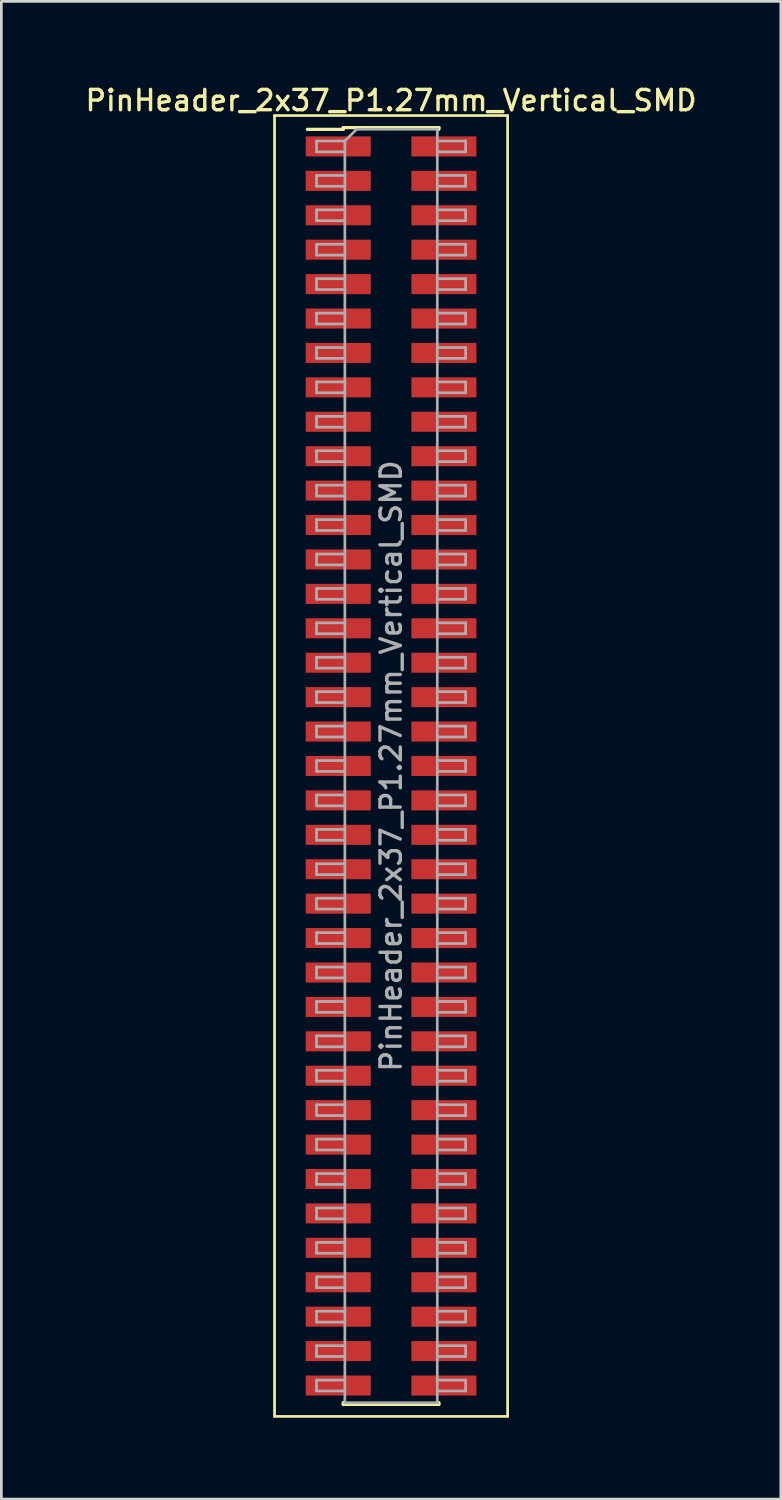
<source format=kicad_pcb>
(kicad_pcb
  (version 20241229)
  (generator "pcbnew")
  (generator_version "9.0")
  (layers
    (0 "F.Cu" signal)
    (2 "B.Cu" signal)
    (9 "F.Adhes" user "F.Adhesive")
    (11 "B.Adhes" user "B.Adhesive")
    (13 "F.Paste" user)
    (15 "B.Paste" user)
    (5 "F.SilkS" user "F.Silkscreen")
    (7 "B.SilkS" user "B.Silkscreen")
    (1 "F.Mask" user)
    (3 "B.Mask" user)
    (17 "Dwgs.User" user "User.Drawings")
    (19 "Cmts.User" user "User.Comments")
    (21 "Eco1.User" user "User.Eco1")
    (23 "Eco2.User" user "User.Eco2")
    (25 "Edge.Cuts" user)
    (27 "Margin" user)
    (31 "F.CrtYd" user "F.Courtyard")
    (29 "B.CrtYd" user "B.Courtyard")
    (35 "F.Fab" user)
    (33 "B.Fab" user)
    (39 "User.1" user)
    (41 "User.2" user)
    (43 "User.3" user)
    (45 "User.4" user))
  (footprint "PinHeader_2x37_P1.27mm_Vertical_SMD"
    (layer "F.Cu")
    (at 11.38 25.213)
    (property "Reference" "PinHeader_2x37_P1.27mm_Vertical_SMD" (at 0 -24.555 0) (layer "F.SilkS") (effects (font (size 0.75 0.75) (thickness 0.125))))
    (attr smd)
    (fp_line (start -4.3 -24) (end -4.3 24) (stroke (width 0.1) (type solid)) (layer "F.SilkS"))
    (fp_line (start -4.3 24) (end 4.3 24) (stroke (width 0.1) (type solid)) (layer "F.SilkS"))
    (fp_line (start -3.09 -23.49) (end -1.765 -23.49) (stroke (width 0.12) (type solid)) (layer "F.SilkS"))
    (fp_line (start -1.765 -23.555) (end -1.765 -23.49) (stroke (width 0.12) (type solid)) (layer "F.SilkS"))
    (fp_line (start -1.765 -23.555) (end 1.765 -23.555) (stroke (width 0.12) (type solid)) (layer "F.SilkS"))
    (fp_line (start -1.765 23.49) (end -1.765 23.555) (stroke (width 0.12) (type solid)) (layer "F.SilkS"))
    (fp_line (start -1.765 23.555) (end 1.765 23.555) (stroke (width 0.12) (type solid)) (layer "F.SilkS"))
    (fp_line (start 1.765 -23.555) (end 1.765 -23.49) (stroke (width 0.12) (type solid)) (layer "F.SilkS"))
    (fp_line (start 1.765 23.49) (end 1.765 23.555) (stroke (width 0.12) (type solid)) (layer "F.SilkS"))
    (fp_line (start 4.3 -24) (end -4.3 -24) (stroke (width 0.1) (type solid)) (layer "F.SilkS"))
    (fp_line (start 4.3 24) (end 4.3 -24) (stroke (width 0.1) (type solid)) (layer "F.SilkS"))
    (fp_line (start -2.75 -23.06) (end -2.75 -22.66) (stroke (width 0.1) (type solid)) (layer "F.Fab"))
    (fp_line (start -2.75 -22.66) (end -1.705 -22.66) (stroke (width 0.1) (type solid)) (layer "F.Fab"))
    (fp_line (start -2.75 -21.79) (end -2.75 -21.39) (stroke (width 0.1) (type solid)) (layer "F.Fab"))
    (fp_line (start -2.75 -21.39) (end -1.705 -21.39) (stroke (width 0.1) (type solid)) (layer "F.Fab"))
    (fp_line (start -2.75 -20.52) (end -2.75 -20.12) (stroke (width 0.1) (type solid)) (layer "F.Fab"))
    (fp_line (start -2.75 -20.12) (end -1.705 -20.12) (stroke (width 0.1) (type solid)) (layer "F.Fab"))
    (fp_line (start -2.75 -19.25) (end -2.75 -18.85) (stroke (width 0.1) (type solid)) (layer "F.Fab"))
    (fp_line (start -2.75 -18.85) (end -1.705 -18.85) (stroke (width 0.1) (type solid)) (layer "F.Fab"))
    (fp_line (start -2.75 -17.98) (end -2.75 -17.58) (stroke (width 0.1) (type solid)) (layer "F.Fab"))
    (fp_line (start -2.75 -17.58) (end -1.705 -17.58) (stroke (width 0.1) (type solid)) (layer "F.Fab"))
    (fp_line (start -2.75 -16.71) (end -2.75 -16.31) (stroke (width 0.1) (type solid)) (layer "F.Fab"))
    (fp_line (start -2.75 -16.31) (end -1.705 -16.31) (stroke (width 0.1) (type solid)) (layer "F.Fab"))
    (fp_line (start -2.75 -15.44) (end -2.75 -15.04) (stroke (width 0.1) (type solid)) (layer "F.Fab"))
    (fp_line (start -2.75 -15.04) (end -1.705 -15.04) (stroke (width 0.1) (type solid)) (layer "F.Fab"))
    (fp_line (start -2.75 -14.17) (end -2.75 -13.77) (stroke (width 0.1) (type solid)) (layer "F.Fab"))
    (fp_line (start -2.75 -13.77) (end -1.705 -13.77) (stroke (width 0.1) (type solid)) (layer "F.Fab"))
    (fp_line (start -2.75 -12.9) (end -2.75 -12.5) (stroke (width 0.1) (type solid)) (layer "F.Fab"))
    (fp_line (start -2.75 -12.5) (end -1.705 -12.5) (stroke (width 0.1) (type solid)) (layer "F.Fab"))
    (fp_line (start -2.75 -11.63) (end -2.75 -11.23) (stroke (width 0.1) (type solid)) (layer "F.Fab"))
    (fp_line (start -2.75 -11.23) (end -1.705 -11.23) (stroke (width 0.1) (type solid)) (layer "F.Fab"))
    (fp_line (start -2.75 -10.36) (end -2.75 -9.96) (stroke (width 0.1) (type solid)) (layer "F.Fab"))
    (fp_line (start -2.75 -9.96) (end -1.705 -9.96) (stroke (width 0.1) (type solid)) (layer "F.Fab"))
    (fp_line (start -2.75 -9.09) (end -2.75 -8.69) (stroke (width 0.1) (type solid)) (layer "F.Fab"))
    (fp_line (start -2.75 -8.69) (end -1.705 -8.69) (stroke (width 0.1) (type solid)) (layer "F.Fab"))
    (fp_line (start -2.75 -7.82) (end -2.75 -7.42) (stroke (width 0.1) (type solid)) (layer "F.Fab"))
    (fp_line (start -2.75 -7.42) (end -1.705 -7.42) (stroke (width 0.1) (type solid)) (layer "F.Fab"))
    (fp_line (start -2.75 -6.55) (end -2.75 -6.15) (stroke (width 0.1) (type solid)) (layer "F.Fab"))
    (fp_line (start -2.75 -6.15) (end -1.705 -6.15) (stroke (width 0.1) (type solid)) (layer "F.Fab"))
    (fp_line (start -2.75 -5.28) (end -2.75 -4.88) (stroke (width 0.1) (type solid)) (layer "F.Fab"))
    (fp_line (start -2.75 -4.88) (end -1.705 -4.88) (stroke (width 0.1) (type solid)) (layer "F.Fab"))
    (fp_line (start -2.75 -4.01) (end -2.75 -3.61) (stroke (width 0.1) (type solid)) (layer "F.Fab"))
    (fp_line (start -2.75 -3.61) (end -1.705 -3.61) (stroke (width 0.1) (type solid)) (layer "F.Fab"))
    (fp_line (start -2.75 -2.74) (end -2.75 -2.34) (stroke (width 0.1) (type solid)) (layer "F.Fab"))
    (fp_line (start -2.75 -2.34) (end -1.705 -2.34) (stroke (width 0.1) (type solid)) (layer "F.Fab"))
    (fp_line (start -2.75 -1.47) (end -2.75 -1.07) (stroke (width 0.1) (type solid)) (layer "F.Fab"))
    (fp_line (start -2.75 -1.07) (end -1.705 -1.07) (stroke (width 0.1) (type solid)) (layer "F.Fab"))
    (fp_line (start -2.75 -0.2) (end -2.75 0.2) (stroke (width 0.1) (type solid)) (layer "F.Fab"))
    (fp_line (start -2.75 0.2) (end -1.705 0.2) (stroke (width 0.1) (type solid)) (layer "F.Fab"))
    (fp_line (start -2.75 1.07) (end -2.75 1.47) (stroke (width 0.1) (type solid)) (layer "F.Fab"))
    (fp_line (start -2.75 1.47) (end -1.705 1.47) (stroke (width 0.1) (type solid)) (layer "F.Fab"))
    (fp_line (start -2.75 2.34) (end -2.75 2.74) (stroke (width 0.1) (type solid)) (layer "F.Fab"))
    (fp_line (start -2.75 2.74) (end -1.705 2.74) (stroke (width 0.1) (type solid)) (layer "F.Fab"))
    (fp_line (start -2.75 3.61) (end -2.75 4.01) (stroke (width 0.1) (type solid)) (layer "F.Fab"))
    (fp_line (start -2.75 4.01) (end -1.705 4.01) (stroke (width 0.1) (type solid)) (layer "F.Fab"))
    (fp_line (start -2.75 4.88) (end -2.75 5.28) (stroke (width 0.1) (type solid)) (layer "F.Fab"))
    (fp_line (start -2.75 5.28) (end -1.705 5.28) (stroke (width 0.1) (type solid)) (layer "F.Fab"))
    (fp_line (start -2.75 6.15) (end -2.75 6.55) (stroke (width 0.1) (type solid)) (layer "F.Fab"))
    (fp_line (start -2.75 6.55) (end -1.705 6.55) (stroke (width 0.1) (type solid)) (layer "F.Fab"))
    (fp_line (start -2.75 7.42) (end -2.75 7.82) (stroke (width 0.1) (type solid)) (layer "F.Fab"))
    (fp_line (start -2.75 7.82) (end -1.705 7.82) (stroke (width 0.1) (type solid)) (layer "F.Fab"))
    (fp_line (start -2.75 8.69) (end -2.75 9.09) (stroke (width 0.1) (type solid)) (layer "F.Fab"))
    (fp_line (start -2.75 9.09) (end -1.705 9.09) (stroke (width 0.1) (type solid)) (layer "F.Fab"))
    (fp_line (start -2.75 9.96) (end -2.75 10.36) (stroke (width 0.1) (type solid)) (layer "F.Fab"))
    (fp_line (start -2.75 10.36) (end -1.705 10.36) (stroke (width 0.1) (type solid)) (layer "F.Fab"))
    (fp_line (start -2.75 11.23) (end -2.75 11.63) (stroke (width 0.1) (type solid)) (layer "F.Fab"))
    (fp_line (start -2.75 11.63) (end -1.705 11.63) (stroke (width 0.1) (type solid)) (layer "F.Fab"))
    (fp_line (start -2.75 12.5) (end -2.75 12.9) (stroke (width 0.1) (type solid)) (layer "F.Fab"))
    (fp_line (start -2.75 12.9) (end -1.705 12.9) (stroke (width 0.1) (type solid)) (layer "F.Fab"))
    (fp_line (start -2.75 13.77) (end -2.75 14.17) (stroke (width 0.1) (type solid)) (layer "F.Fab"))
    (fp_line (start -2.75 14.17) (end -1.705 14.17) (stroke (width 0.1) (type solid)) (layer "F.Fab"))
    (fp_line (start -2.75 15.04) (end -2.75 15.44) (stroke (width 0.1) (type solid)) (layer "F.Fab"))
    (fp_line (start -2.75 15.44) (end -1.705 15.44) (stroke (width 0.1) (type solid)) (layer "F.Fab"))
    (fp_line (start -2.75 16.31) (end -2.75 16.71) (stroke (width 0.1) (type solid)) (layer "F.Fab"))
    (fp_line (start -2.75 16.71) (end -1.705 16.71) (stroke (width 0.1) (type solid)) (layer "F.Fab"))
    (fp_line (start -2.75 17.58) (end -2.75 17.98) (stroke (width 0.1) (type solid)) (layer "F.Fab"))
    (fp_line (start -2.75 17.98) (end -1.705 17.98) (stroke (width 0.1) (type solid)) (layer "F.Fab"))
    (fp_line (start -2.75 18.85) (end -2.75 19.25) (stroke (width 0.1) (type solid)) (layer "F.Fab"))
    (fp_line (start -2.75 19.25) (end -1.705 19.25) (stroke (width 0.1) (type solid)) (layer "F.Fab"))
    (fp_line (start -2.75 20.12) (end -2.75 20.52) (stroke (width 0.1) (type solid)) (layer "F.Fab"))
    (fp_line (start -2.75 20.52) (end -1.705 20.52) (stroke (width 0.1) (type solid)) (layer "F.Fab"))
    (fp_line (start -2.75 21.39) (end -2.75 21.79) (stroke (width 0.1) (type solid)) (layer "F.Fab"))
    (fp_line (start -2.75 21.79) (end -1.705 21.79) (stroke (width 0.1) (type solid)) (layer "F.Fab"))
    (fp_line (start -2.75 22.66) (end -2.75 23.06) (stroke (width 0.1) (type solid)) (layer "F.Fab"))
    (fp_line (start -2.75 23.06) (end -1.705 23.06) (stroke (width 0.1) (type solid)) (layer "F.Fab"))
    (fp_line (start -1.705 -23.06) (end -2.75 -23.06) (stroke (width 0.1) (type solid)) (layer "F.Fab"))
    (fp_line (start -1.705 -23.06) (end -1.27 -23.495) (stroke (width 0.1) (type solid)) (layer "F.Fab"))
    (fp_line (start -1.705 -21.79) (end -2.75 -21.79) (stroke (width 0.1) (type solid)) (layer "F.Fab"))
    (fp_line (start -1.705 -20.52) (end -2.75 -20.52) (stroke (width 0.1) (type solid)) (layer "F.Fab"))
    (fp_line (start -1.705 -19.25) (end -2.75 -19.25) (stroke (width 0.1) (type solid)) (layer "F.Fab"))
    (fp_line (start -1.705 -17.98) (end -2.75 -17.98) (stroke (width 0.1) (type solid)) (layer "F.Fab"))
    (fp_line (start -1.705 -16.71) (end -2.75 -16.71) (stroke (width 0.1) (type solid)) (layer "F.Fab"))
    (fp_line (start -1.705 -15.44) (end -2.75 -15.44) (stroke (width 0.1) (type solid)) (layer "F.Fab"))
    (fp_line (start -1.705 -14.17) (end -2.75 -14.17) (stroke (width 0.1) (type solid)) (layer "F.Fab"))
    (fp_line (start -1.705 -12.9) (end -2.75 -12.9) (stroke (width 0.1) (type solid)) (layer "F.Fab"))
    (fp_line (start -1.705 -11.63) (end -2.75 -11.63) (stroke (width 0.1) (type solid)) (layer "F.Fab"))
    (fp_line (start -1.705 -10.36) (end -2.75 -10.36) (stroke (width 0.1) (type solid)) (layer "F.Fab"))
    (fp_line (start -1.705 -9.09) (end -2.75 -9.09) (stroke (width 0.1) (type solid)) (layer "F.Fab"))
    (fp_line (start -1.705 -7.82) (end -2.75 -7.82) (stroke (width 0.1) (type solid)) (layer "F.Fab"))
    (fp_line (start -1.705 -6.55) (end -2.75 -6.55) (stroke (width 0.1) (type solid)) (layer "F.Fab"))
    (fp_line (start -1.705 -5.28) (end -2.75 -5.28) (stroke (width 0.1) (type solid)) (layer "F.Fab"))
    (fp_line (start -1.705 -4.01) (end -2.75 -4.01) (stroke (width 0.1) (type solid)) (layer "F.Fab"))
    (fp_line (start -1.705 -2.74) (end -2.75 -2.74) (stroke (width 0.1) (type solid)) (layer "F.Fab"))
    (fp_line (start -1.705 -1.47) (end -2.75 -1.47) (stroke (width 0.1) (type solid)) (layer "F.Fab"))
    (fp_line (start -1.705 -0.2) (end -2.75 -0.2) (stroke (width 0.1) (type solid)) (layer "F.Fab"))
    (fp_line (start -1.705 1.07) (end -2.75 1.07) (stroke (width 0.1) (type solid)) (layer "F.Fab"))
    (fp_line (start -1.705 2.34) (end -2.75 2.34) (stroke (width 0.1) (type solid)) (layer "F.Fab"))
    (fp_line (start -1.705 3.61) (end -2.75 3.61) (stroke (width 0.1) (type solid)) (layer "F.Fab"))
    (fp_line (start -1.705 4.88) (end -2.75 4.88) (stroke (width 0.1) (type solid)) (layer "F.Fab"))
    (fp_line (start -1.705 6.15) (end -2.75 6.15) (stroke (width 0.1) (type solid)) (layer "F.Fab"))
    (fp_line (start -1.705 7.42) (end -2.75 7.42) (stroke (width 0.1) (type solid)) (layer "F.Fab"))
    (fp_line (start -1.705 8.69) (end -2.75 8.69) (stroke (width 0.1) (type solid)) (layer "F.Fab"))
    (fp_line (start -1.705 9.96) (end -2.75 9.96) (stroke (width 0.1) (type solid)) (layer "F.Fab"))
    (fp_line (start -1.705 11.23) (end -2.75 11.23) (stroke (width 0.1) (type solid)) (layer "F.Fab"))
    (fp_line (start -1.705 12.5) (end -2.75 12.5) (stroke (width 0.1) (type solid)) (layer "F.Fab"))
    (fp_line (start -1.705 13.77) (end -2.75 13.77) (stroke (width 0.1) (type solid)) (layer "F.Fab"))
    (fp_line (start -1.705 15.04) (end -2.75 15.04) (stroke (width 0.1) (type solid)) (layer "F.Fab"))
    (fp_line (start -1.705 16.31) (end -2.75 16.31) (stroke (width 0.1) (type solid)) (layer "F.Fab"))
    (fp_line (start -1.705 17.58) (end -2.75 17.58) (stroke (width 0.1) (type solid)) (layer "F.Fab"))
    (fp_line (start -1.705 18.85) (end -2.75 18.85) (stroke (width 0.1) (type solid)) (layer "F.Fab"))
    (fp_line (start -1.705 20.12) (end -2.75 20.12) (stroke (width 0.1) (type solid)) (layer "F.Fab"))
    (fp_line (start -1.705 21.39) (end -2.75 21.39) (stroke (width 0.1) (type solid)) (layer "F.Fab"))
    (fp_line (start -1.705 22.66) (end -2.75 22.66) (stroke (width 0.1) (type solid)) (layer "F.Fab"))
    (fp_line (start -1.705 23.495) (end -1.705 -23.06) (stroke (width 0.1) (type solid)) (layer "F.Fab"))
    (fp_line (start -1.27 -23.495) (end 1.705 -23.495) (stroke (width 0.1) (type solid)) (layer "F.Fab"))
    (fp_line (start 1.705 -23.495) (end 1.705 23.495) (stroke (width 0.1) (type solid)) (layer "F.Fab"))
    (fp_line (start 1.705 -23.06) (end 2.75 -23.06) (stroke (width 0.1) (type solid)) (layer "F.Fab"))
    (fp_line (start 1.705 -21.79) (end 2.75 -21.79) (stroke (width 0.1) (type solid)) (layer "F.Fab"))
    (fp_line (start 1.705 -20.52) (end 2.75 -20.52) (stroke (width 0.1) (type solid)) (layer "F.Fab"))
    (fp_line (start 1.705 -19.25) (end 2.75 -19.25) (stroke (width 0.1) (type solid)) (layer "F.Fab"))
    (fp_line (start 1.705 -17.98) (end 2.75 -17.98) (stroke (width 0.1) (type solid)) (layer "F.Fab"))
    (fp_line (start 1.705 -16.71) (end 2.75 -16.71) (stroke (width 0.1) (type solid)) (layer "F.Fab"))
    (fp_line (start 1.705 -15.44) (end 2.75 -15.44) (stroke (width 0.1) (type solid)) (layer "F.Fab"))
    (fp_line (start 1.705 -14.17) (end 2.75 -14.17) (stroke (width 0.1) (type solid)) (layer "F.Fab"))
    (fp_line (start 1.705 -12.9) (end 2.75 -12.9) (stroke (width 0.1) (type solid)) (layer "F.Fab"))
    (fp_line (start 1.705 -11.63) (end 2.75 -11.63) (stroke (width 0.1) (type solid)) (layer "F.Fab"))
    (fp_line (start 1.705 -10.36) (end 2.75 -10.36) (stroke (width 0.1) (type solid)) (layer "F.Fab"))
    (fp_line (start 1.705 -9.09) (end 2.75 -9.09) (stroke (width 0.1) (type solid)) (layer "F.Fab"))
    (fp_line (start 1.705 -7.82) (end 2.75 -7.82) (stroke (width 0.1) (type solid)) (layer "F.Fab"))
    (fp_line (start 1.705 -6.55) (end 2.75 -6.55) (stroke (width 0.1) (type solid)) (layer "F.Fab"))
    (fp_line (start 1.705 -5.28) (end 2.75 -5.28) (stroke (width 0.1) (type solid)) (layer "F.Fab"))
    (fp_line (start 1.705 -4.01) (end 2.75 -4.01) (stroke (width 0.1) (type solid)) (layer "F.Fab"))
    (fp_line (start 1.705 -2.74) (end 2.75 -2.74) (stroke (width 0.1) (type solid)) (layer "F.Fab"))
    (fp_line (start 1.705 -1.47) (end 2.75 -1.47) (stroke (width 0.1) (type solid)) (layer "F.Fab"))
    (fp_line (start 1.705 -0.2) (end 2.75 -0.2) (stroke (width 0.1) (type solid)) (layer "F.Fab"))
    (fp_line (start 1.705 1.07) (end 2.75 1.07) (stroke (width 0.1) (type solid)) (layer "F.Fab"))
    (fp_line (start 1.705 2.34) (end 2.75 2.34) (stroke (width 0.1) (type solid)) (layer "F.Fab"))
    (fp_line (start 1.705 3.61) (end 2.75 3.61) (stroke (width 0.1) (type solid)) (layer "F.Fab"))
    (fp_line (start 1.705 4.88) (end 2.75 4.88) (stroke (width 0.1) (type solid)) (layer "F.Fab"))
    (fp_line (start 1.705 6.15) (end 2.75 6.15) (stroke (width 0.1) (type solid)) (layer "F.Fab"))
    (fp_line (start 1.705 7.42) (end 2.75 7.42) (stroke (width 0.1) (type solid)) (layer "F.Fab"))
    (fp_line (start 1.705 8.69) (end 2.75 8.69) (stroke (width 0.1) (type solid)) (layer "F.Fab"))
    (fp_line (start 1.705 9.96) (end 2.75 9.96) (stroke (width 0.1) (type solid)) (layer "F.Fab"))
    (fp_line (start 1.705 11.23) (end 2.75 11.23) (stroke (width 0.1) (type solid)) (layer "F.Fab"))
    (fp_line (start 1.705 12.5) (end 2.75 12.5) (stroke (width 0.1) (type solid)) (layer "F.Fab"))
    (fp_line (start 1.705 13.77) (end 2.75 13.77) (stroke (width 0.1) (type solid)) (layer "F.Fab"))
    (fp_line (start 1.705 15.04) (end 2.75 15.04) (stroke (width 0.1) (type solid)) (layer "F.Fab"))
    (fp_line (start 1.705 16.31) (end 2.75 16.31) (stroke (width 0.1) (type solid)) (layer "F.Fab"))
    (fp_line (start 1.705 17.58) (end 2.75 17.58) (stroke (width 0.1) (type solid)) (layer "F.Fab"))
    (fp_line (start 1.705 18.85) (end 2.75 18.85) (stroke (width 0.1) (type solid)) (layer "F.Fab"))
    (fp_line (start 1.705 20.12) (end 2.75 20.12) (stroke (width 0.1) (type solid)) (layer "F.Fab"))
    (fp_line (start 1.705 21.39) (end 2.75 21.39) (stroke (width 0.1) (type solid)) (layer "F.Fab"))
    (fp_line (start 1.705 22.66) (end 2.75 22.66) (stroke (width 0.1) (type solid)) (layer "F.Fab"))
    (fp_line (start 1.705 23.495) (end -1.705 23.495) (stroke (width 0.1) (type solid)) (layer "F.Fab"))
    (fp_line (start 2.75 -23.06) (end 2.75 -22.66) (stroke (width 0.1) (type solid)) (layer "F.Fab"))
    (fp_line (start 2.75 -22.66) (end 1.705 -22.66) (stroke (width 0.1) (type solid)) (layer "F.Fab"))
    (fp_line (start 2.75 -21.79) (end 2.75 -21.39) (stroke (width 0.1) (type solid)) (layer "F.Fab"))
    (fp_line (start 2.75 -21.39) (end 1.705 -21.39) (stroke (width 0.1) (type solid)) (layer "F.Fab"))
    (fp_line (start 2.75 -20.52) (end 2.75 -20.12) (stroke (width 0.1) (type solid)) (layer "F.Fab"))
    (fp_line (start 2.75 -20.12) (end 1.705 -20.12) (stroke (width 0.1) (type solid)) (layer "F.Fab"))
    (fp_line (start 2.75 -19.25) (end 2.75 -18.85) (stroke (width 0.1) (type solid)) (layer "F.Fab"))
    (fp_line (start 2.75 -18.85) (end 1.705 -18.85) (stroke (width 0.1) (type solid)) (layer "F.Fab"))
    (fp_line (start 2.75 -17.98) (end 2.75 -17.58) (stroke (width 0.1) (type solid)) (layer "F.Fab"))
    (fp_line (start 2.75 -17.58) (end 1.705 -17.58) (stroke (width 0.1) (type solid)) (layer "F.Fab"))
    (fp_line (start 2.75 -16.71) (end 2.75 -16.31) (stroke (width 0.1) (type solid)) (layer "F.Fab"))
    (fp_line (start 2.75 -16.31) (end 1.705 -16.31) (stroke (width 0.1) (type solid)) (layer "F.Fab"))
    (fp_line (start 2.75 -15.44) (end 2.75 -15.04) (stroke (width 0.1) (type solid)) (layer "F.Fab"))
    (fp_line (start 2.75 -15.04) (end 1.705 -15.04) (stroke (width 0.1) (type solid)) (layer "F.Fab"))
    (fp_line (start 2.75 -14.17) (end 2.75 -13.77) (stroke (width 0.1) (type solid)) (layer "F.Fab"))
    (fp_line (start 2.75 -13.77) (end 1.705 -13.77) (stroke (width 0.1) (type solid)) (layer "F.Fab"))
    (fp_line (start 2.75 -12.9) (end 2.75 -12.5) (stroke (width 0.1) (type solid)) (layer "F.Fab"))
    (fp_line (start 2.75 -12.5) (end 1.705 -12.5) (stroke (width 0.1) (type solid)) (layer "F.Fab"))
    (fp_line (start 2.75 -11.63) (end 2.75 -11.23) (stroke (width 0.1) (type solid)) (layer "F.Fab"))
    (fp_line (start 2.75 -11.23) (end 1.705 -11.23) (stroke (width 0.1) (type solid)) (layer "F.Fab"))
    (fp_line (start 2.75 -10.36) (end 2.75 -9.96) (stroke (width 0.1) (type solid)) (layer "F.Fab"))
    (fp_line (start 2.75 -9.96) (end 1.705 -9.96) (stroke (width 0.1) (type solid)) (layer "F.Fab"))
    (fp_line (start 2.75 -9.09) (end 2.75 -8.69) (stroke (width 0.1) (type solid)) (layer "F.Fab"))
    (fp_line (start 2.75 -8.69) (end 1.705 -8.69) (stroke (width 0.1) (type solid)) (layer "F.Fab"))
    (fp_line (start 2.75 -7.82) (end 2.75 -7.42) (stroke (width 0.1) (type solid)) (layer "F.Fab"))
    (fp_line (start 2.75 -7.42) (end 1.705 -7.42) (stroke (width 0.1) (type solid)) (layer "F.Fab"))
    (fp_line (start 2.75 -6.55) (end 2.75 -6.15) (stroke (width 0.1) (type solid)) (layer "F.Fab"))
    (fp_line (start 2.75 -6.15) (end 1.705 -6.15) (stroke (width 0.1) (type solid)) (layer "F.Fab"))
    (fp_line (start 2.75 -5.28) (end 2.75 -4.88) (stroke (width 0.1) (type solid)) (layer "F.Fab"))
    (fp_line (start 2.75 -4.88) (end 1.705 -4.88) (stroke (width 0.1) (type solid)) (layer "F.Fab"))
    (fp_line (start 2.75 -4.01) (end 2.75 -3.61) (stroke (width 0.1) (type solid)) (layer "F.Fab"))
    (fp_line (start 2.75 -3.61) (end 1.705 -3.61) (stroke (width 0.1) (type solid)) (layer "F.Fab"))
    (fp_line (start 2.75 -2.74) (end 2.75 -2.34) (stroke (width 0.1) (type solid)) (layer "F.Fab"))
    (fp_line (start 2.75 -2.34) (end 1.705 -2.34) (stroke (width 0.1) (type solid)) (layer "F.Fab"))
    (fp_line (start 2.75 -1.47) (end 2.75 -1.07) (stroke (width 0.1) (type solid)) (layer "F.Fab"))
    (fp_line (start 2.75 -1.07) (end 1.705 -1.07) (stroke (width 0.1) (type solid)) (layer "F.Fab"))
    (fp_line (start 2.75 -0.2) (end 2.75 0.2) (stroke (width 0.1) (type solid)) (layer "F.Fab"))
    (fp_line (start 2.75 0.2) (end 1.705 0.2) (stroke (width 0.1) (type solid)) (layer "F.Fab"))
    (fp_line (start 2.75 1.07) (end 2.75 1.47) (stroke (width 0.1) (type solid)) (layer "F.Fab"))
    (fp_line (start 2.75 1.47) (end 1.705 1.47) (stroke (width 0.1) (type solid)) (layer "F.Fab"))
    (fp_line (start 2.75 2.34) (end 2.75 2.74) (stroke (width 0.1) (type solid)) (layer "F.Fab"))
    (fp_line (start 2.75 2.74) (end 1.705 2.74) (stroke (width 0.1) (type solid)) (layer "F.Fab"))
    (fp_line (start 2.75 3.61) (end 2.75 4.01) (stroke (width 0.1) (type solid)) (layer "F.Fab"))
    (fp_line (start 2.75 4.01) (end 1.705 4.01) (stroke (width 0.1) (type solid)) (layer "F.Fab"))
    (fp_line (start 2.75 4.88) (end 2.75 5.28) (stroke (width 0.1) (type solid)) (layer "F.Fab"))
    (fp_line (start 2.75 5.28) (end 1.705 5.28) (stroke (width 0.1) (type solid)) (layer "F.Fab"))
    (fp_line (start 2.75 6.15) (end 2.75 6.55) (stroke (width 0.1) (type solid)) (layer "F.Fab"))
    (fp_line (start 2.75 6.55) (end 1.705 6.55) (stroke (width 0.1) (type solid)) (layer "F.Fab"))
    (fp_line (start 2.75 7.42) (end 2.75 7.82) (stroke (width 0.1) (type solid)) (layer "F.Fab"))
    (fp_line (start 2.75 7.82) (end 1.705 7.82) (stroke (width 0.1) (type solid)) (layer "F.Fab"))
    (fp_line (start 2.75 8.69) (end 2.75 9.09) (stroke (width 0.1) (type solid)) (layer "F.Fab"))
    (fp_line (start 2.75 9.09) (end 1.705 9.09) (stroke (width 0.1) (type solid)) (layer "F.Fab"))
    (fp_line (start 2.75 9.96) (end 2.75 10.36) (stroke (width 0.1) (type solid)) (layer "F.Fab"))
    (fp_line (start 2.75 10.36) (end 1.705 10.36) (stroke (width 0.1) (type solid)) (layer "F.Fab"))
    (fp_line (start 2.75 11.23) (end 2.75 11.63) (stroke (width 0.1) (type solid)) (layer "F.Fab"))
    (fp_line (start 2.75 11.63) (end 1.705 11.63) (stroke (width 0.1) (type solid)) (layer "F.Fab"))
    (fp_line (start 2.75 12.5) (end 2.75 12.9) (stroke (width 0.1) (type solid)) (layer "F.Fab"))
    (fp_line (start 2.75 12.9) (end 1.705 12.9) (stroke (width 0.1) (type solid)) (layer "F.Fab"))
    (fp_line (start 2.75 13.77) (end 2.75 14.17) (stroke (width 0.1) (type solid)) (layer "F.Fab"))
    (fp_line (start 2.75 14.17) (end 1.705 14.17) (stroke (width 0.1) (type solid)) (layer "F.Fab"))
    (fp_line (start 2.75 15.04) (end 2.75 15.44) (stroke (width 0.1) (type solid)) (layer "F.Fab"))
    (fp_line (start 2.75 15.44) (end 1.705 15.44) (stroke (width 0.1) (type solid)) (layer "F.Fab"))
    (fp_line (start 2.75 16.31) (end 2.75 16.71) (stroke (width 0.1) (type solid)) (layer "F.Fab"))
    (fp_line (start 2.75 16.71) (end 1.705 16.71) (stroke (width 0.1) (type solid)) (layer "F.Fab"))
    (fp_line (start 2.75 17.58) (end 2.75 17.98) (stroke (width 0.1) (type solid)) (layer "F.Fab"))
    (fp_line (start 2.75 17.98) (end 1.705 17.98) (stroke (width 0.1) (type solid)) (layer "F.Fab"))
    (fp_line (start 2.75 18.85) (end 2.75 19.25) (stroke (width 0.1) (type solid)) (layer "F.Fab"))
    (fp_line (start 2.75 19.25) (end 1.705 19.25) (stroke (width 0.1) (type solid)) (layer "F.Fab"))
    (fp_line (start 2.75 20.12) (end 2.75 20.52) (stroke (width 0.1) (type solid)) (layer "F.Fab"))
    (fp_line (start 2.75 20.52) (end 1.705 20.52) (stroke (width 0.1) (type solid)) (layer "F.Fab"))
    (fp_line (start 2.75 21.39) (end 2.75 21.79) (stroke (width 0.1) (type solid)) (layer "F.Fab"))
    (fp_line (start 2.75 21.79) (end 1.705 21.79) (stroke (width 0.1) (type solid)) (layer "F.Fab"))
    (fp_line (start 2.75 22.66) (end 2.75 23.06) (stroke (width 0.1) (type solid)) (layer "F.Fab"))
    (fp_line (start 2.75 23.06) (end 1.705 23.06) (stroke (width 0.1) (type solid)) (layer "F.Fab"))
    (fp_text user "${REFERENCE}" (at 0 0 90) (layer "F.Fab") (effects (font (size 0.75 0.75) (thickness 0.125))))
    (pad "1" smd rect (at -1.95 -22.86) (size 2.4 0.74) (layers "F.Cu" "F.Mask" "F.Paste"))
    (pad "2" smd rect (at 1.95 -22.86) (size 2.4 0.74) (layers "F.Cu" "F.Mask" "F.Paste"))
    (pad "3" smd rect (at -1.95 -21.59) (size 2.4 0.74) (layers "F.Cu" "F.Mask" "F.Paste"))
    (pad "4" smd rect (at 1.95 -21.59) (size 2.4 0.74) (layers "F.Cu" "F.Mask" "F.Paste"))
    (pad "5" smd rect (at -1.95 -20.32) (size 2.4 0.74) (layers "F.Cu" "F.Mask" "F.Paste"))
    (pad "6" smd rect (at 1.95 -20.32) (size 2.4 0.74) (layers "F.Cu" "F.Mask" "F.Paste"))
    (pad "7" smd rect (at -1.95 -19.05) (size 2.4 0.74) (layers "F.Cu" "F.Mask" "F.Paste"))
    (pad "8" smd rect (at 1.95 -19.05) (size 2.4 0.74) (layers "F.Cu" "F.Mask" "F.Paste"))
    (pad "9" smd rect (at -1.95 -17.78) (size 2.4 0.74) (layers "F.Cu" "F.Mask" "F.Paste"))
    (pad "10" smd rect (at 1.95 -17.78) (size 2.4 0.74) (layers "F.Cu" "F.Mask" "F.Paste"))
    (pad "11" smd rect (at -1.95 -16.51) (size 2.4 0.74) (layers "F.Cu" "F.Mask" "F.Paste"))
    (pad "12" smd rect (at 1.95 -16.51) (size 2.4 0.74) (layers "F.Cu" "F.Mask" "F.Paste"))
    (pad "13" smd rect (at -1.95 -15.24) (size 2.4 0.74) (layers "F.Cu" "F.Mask" "F.Paste"))
    (pad "14" smd rect (at 1.95 -15.24) (size 2.4 0.74) (layers "F.Cu" "F.Mask" "F.Paste"))
    (pad "15" smd rect (at -1.95 -13.97) (size 2.4 0.74) (layers "F.Cu" "F.Mask" "F.Paste"))
    (pad "16" smd rect (at 1.95 -13.97) (size 2.4 0.74) (layers "F.Cu" "F.Mask" "F.Paste"))
    (pad "17" smd rect (at -1.95 -12.7) (size 2.4 0.74) (layers "F.Cu" "F.Mask" "F.Paste"))
    (pad "18" smd rect (at 1.95 -12.7) (size 2.4 0.74) (layers "F.Cu" "F.Mask" "F.Paste"))
    (pad "19" smd rect (at -1.95 -11.43) (size 2.4 0.74) (layers "F.Cu" "F.Mask" "F.Paste"))
    (pad "20" smd rect (at 1.95 -11.43) (size 2.4 0.74) (layers "F.Cu" "F.Mask" "F.Paste"))
    (pad "21" smd rect (at -1.95 -10.16) (size 2.4 0.74) (layers "F.Cu" "F.Mask" "F.Paste"))
    (pad "22" smd rect (at 1.95 -10.16) (size 2.4 0.74) (layers "F.Cu" "F.Mask" "F.Paste"))
    (pad "23" smd rect (at -1.95 -8.89) (size 2.4 0.74) (layers "F.Cu" "F.Mask" "F.Paste"))
    (pad "24" smd rect (at 1.95 -8.89) (size 2.4 0.74) (layers "F.Cu" "F.Mask" "F.Paste"))
    (pad "25" smd rect (at -1.95 -7.62) (size 2.4 0.74) (layers "F.Cu" "F.Mask" "F.Paste"))
    (pad "26" smd rect (at 1.95 -7.62) (size 2.4 0.74) (layers "F.Cu" "F.Mask" "F.Paste"))
    (pad "27" smd rect (at -1.95 -6.35) (size 2.4 0.74) (layers "F.Cu" "F.Mask" "F.Paste"))
    (pad "28" smd rect (at 1.95 -6.35) (size 2.4 0.74) (layers "F.Cu" "F.Mask" "F.Paste"))
    (pad "29" smd rect (at -1.95 -5.08) (size 2.4 0.74) (layers "F.Cu" "F.Mask" "F.Paste"))
    (pad "30" smd rect (at 1.95 -5.08) (size 2.4 0.74) (layers "F.Cu" "F.Mask" "F.Paste"))
    (pad "31" smd rect (at -1.95 -3.81) (size 2.4 0.74) (layers "F.Cu" "F.Mask" "F.Paste"))
    (pad "32" smd rect (at 1.95 -3.81) (size 2.4 0.74) (layers "F.Cu" "F.Mask" "F.Paste"))
    (pad "33" smd rect (at -1.95 -2.54) (size 2.4 0.74) (layers "F.Cu" "F.Mask" "F.Paste"))
    (pad "34" smd rect (at 1.95 -2.54) (size 2.4 0.74) (layers "F.Cu" "F.Mask" "F.Paste"))
    (pad "35" smd rect (at -1.95 -1.27) (size 2.4 0.74) (layers "F.Cu" "F.Mask" "F.Paste"))
    (pad "36" smd rect (at 1.95 -1.27) (size 2.4 0.74) (layers "F.Cu" "F.Mask" "F.Paste"))
    (pad "37" smd rect (at -1.95 0) (size 2.4 0.74) (layers "F.Cu" "F.Mask" "F.Paste"))
    (pad "38" smd rect (at 1.95 0) (size 2.4 0.74) (layers "F.Cu" "F.Mask" "F.Paste"))
    (pad "39" smd rect (at -1.95 1.27) (size 2.4 0.74) (layers "F.Cu" "F.Mask" "F.Paste"))
    (pad "40" smd rect (at 1.95 1.27) (size 2.4 0.74) (layers "F.Cu" "F.Mask" "F.Paste"))
    (pad "41" smd rect (at -1.95 2.54) (size 2.4 0.74) (layers "F.Cu" "F.Mask" "F.Paste"))
    (pad "42" smd rect (at 1.95 2.54) (size 2.4 0.74) (layers "F.Cu" "F.Mask" "F.Paste"))
    (pad "43" smd rect (at -1.95 3.81) (size 2.4 0.74) (layers "F.Cu" "F.Mask" "F.Paste"))
    (pad "44" smd rect (at 1.95 3.81) (size 2.4 0.74) (layers "F.Cu" "F.Mask" "F.Paste"))
    (pad "45" smd rect (at -1.95 5.08) (size 2.4 0.74) (layers "F.Cu" "F.Mask" "F.Paste"))
    (pad "46" smd rect (at 1.95 5.08) (size 2.4 0.74) (layers "F.Cu" "F.Mask" "F.Paste"))
    (pad "47" smd rect (at -1.95 6.35) (size 2.4 0.74) (layers "F.Cu" "F.Mask" "F.Paste"))
    (pad "48" smd rect (at 1.95 6.35) (size 2.4 0.74) (layers "F.Cu" "F.Mask" "F.Paste"))
    (pad "49" smd rect (at -1.95 7.62) (size 2.4 0.74) (layers "F.Cu" "F.Mask" "F.Paste"))
    (pad "50" smd rect (at 1.95 7.62) (size 2.4 0.74) (layers "F.Cu" "F.Mask" "F.Paste"))
    (pad "51" smd rect (at -1.95 8.89) (size 2.4 0.74) (layers "F.Cu" "F.Mask" "F.Paste"))
    (pad "52" smd rect (at 1.95 8.89) (size 2.4 0.74) (layers "F.Cu" "F.Mask" "F.Paste"))
    (pad "53" smd rect (at -1.95 10.16) (size 2.4 0.74) (layers "F.Cu" "F.Mask" "F.Paste"))
    (pad "54" smd rect (at 1.95 10.16) (size 2.4 0.74) (layers "F.Cu" "F.Mask" "F.Paste"))
    (pad "55" smd rect (at -1.95 11.43) (size 2.4 0.74) (layers "F.Cu" "F.Mask" "F.Paste"))
    (pad "56" smd rect (at 1.95 11.43) (size 2.4 0.74) (layers "F.Cu" "F.Mask" "F.Paste"))
    (pad "57" smd rect (at -1.95 12.7) (size 2.4 0.74) (layers "F.Cu" "F.Mask" "F.Paste"))
    (pad "58" smd rect (at 1.95 12.7) (size 2.4 0.74) (layers "F.Cu" "F.Mask" "F.Paste"))
    (pad "59" smd rect (at -1.95 13.97) (size 2.4 0.74) (layers "F.Cu" "F.Mask" "F.Paste"))
    (pad "60" smd rect (at 1.95 13.97) (size 2.4 0.74) (layers "F.Cu" "F.Mask" "F.Paste"))
    (pad "61" smd rect (at -1.95 15.24) (size 2.4 0.74) (layers "F.Cu" "F.Mask" "F.Paste"))
    (pad "62" smd rect (at 1.95 15.24) (size 2.4 0.74) (layers "F.Cu" "F.Mask" "F.Paste"))
    (pad "63" smd rect (at -1.95 16.51) (size 2.4 0.74) (layers "F.Cu" "F.Mask" "F.Paste"))
    (pad "64" smd rect (at 1.95 16.51) (size 2.4 0.74) (layers "F.Cu" "F.Mask" "F.Paste"))
    (pad "65" smd rect (at -1.95 17.78) (size 2.4 0.74) (layers "F.Cu" "F.Mask" "F.Paste"))
    (pad "66" smd rect (at 1.95 17.78) (size 2.4 0.74) (layers "F.Cu" "F.Mask" "F.Paste"))
    (pad "67" smd rect (at -1.95 19.05) (size 2.4 0.74) (layers "F.Cu" "F.Mask" "F.Paste"))
    (pad "68" smd rect (at 1.95 19.05) (size 2.4 0.74) (layers "F.Cu" "F.Mask" "F.Paste"))
    (pad "69" smd rect (at -1.95 20.32) (size 2.4 0.74) (layers "F.Cu" "F.Mask" "F.Paste"))
    (pad "70" smd rect (at 1.95 20.32) (size 2.4 0.74) (layers "F.Cu" "F.Mask" "F.Paste"))
    (pad "71" smd rect (at -1.95 21.59) (size 2.4 0.74) (layers "F.Cu" "F.Mask" "F.Paste"))
    (pad "72" smd rect (at 1.95 21.59) (size 2.4 0.74) (layers "F.Cu" "F.Mask" "F.Paste"))
    (pad "73" smd rect (at -1.95 22.86) (size 2.4 0.74) (layers "F.Cu" "F.Mask" "F.Paste"))
    (pad "74" smd rect (at 1.95 22.86) (size 2.4 0.74) (layers "F.Cu" "F.Mask" "F.Paste")))
  (gr_rect
    (start -3 -3)
    (end 25.761 52.263)
    (stroke (width 0.1) (type default))
    (fill no)
    (layer "Edge.Cuts")))
</source>
